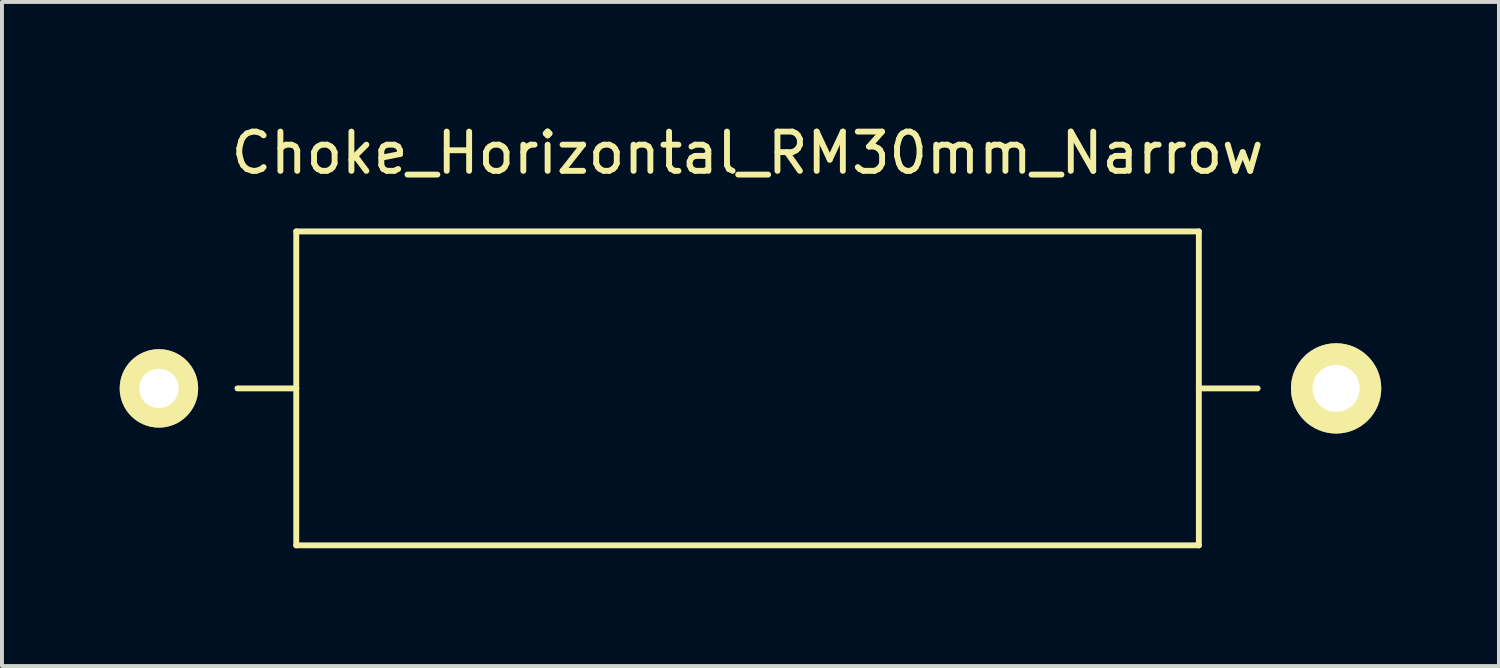
<source format=kicad_pcb>
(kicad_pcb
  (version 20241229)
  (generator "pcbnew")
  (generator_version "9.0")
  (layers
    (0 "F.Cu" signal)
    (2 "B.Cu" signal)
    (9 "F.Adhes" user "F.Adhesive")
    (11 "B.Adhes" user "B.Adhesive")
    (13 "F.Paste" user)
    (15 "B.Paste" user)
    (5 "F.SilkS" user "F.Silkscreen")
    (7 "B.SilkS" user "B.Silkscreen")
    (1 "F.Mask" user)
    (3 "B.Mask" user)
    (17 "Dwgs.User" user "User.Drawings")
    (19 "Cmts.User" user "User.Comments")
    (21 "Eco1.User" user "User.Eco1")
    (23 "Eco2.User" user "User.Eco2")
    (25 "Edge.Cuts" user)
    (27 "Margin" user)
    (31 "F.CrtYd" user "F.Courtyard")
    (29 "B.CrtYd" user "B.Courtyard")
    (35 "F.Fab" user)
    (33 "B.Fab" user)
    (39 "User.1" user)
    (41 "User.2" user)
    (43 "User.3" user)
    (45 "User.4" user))
  (footprint "Choke_Horizontal_RM30mm_Narrow"
    (layer "F.Cu")
    (at 16.001 6.848)
    (property "Reference" "Choke_Horizontal_RM30mm_Narrow" (at 0 -5.999 0) (layer "F.SilkS") (effects (font (size 1 1) (thickness 0.15))))
    (attr through_hole)
    (fp_line (start -11.501 -4) (end 11.501 -4) (stroke (width 0.15) (type solid)) (layer "F.SilkS"))
    (fp_line (start -11.501 0) (end -13 0) (stroke (width 0.15) (type solid)) (layer "F.SilkS"))
    (fp_line (start -11.501 0) (end -11.501 -4) (stroke (width 0.15) (type solid)) (layer "F.SilkS"))
    (fp_line (start -11.501 0) (end -11.501 4) (stroke (width 0.15) (type solid)) (layer "F.SilkS"))
    (fp_line (start 11.501 -4) (end 11.501 4) (stroke (width 0.15) (type solid)) (layer "F.SilkS"))
    (fp_line (start 11.501 0) (end 13 0) (stroke (width 0.15) (type solid)) (layer "F.SilkS"))
    (fp_line (start 11.501 4) (end -11.501 4) (stroke (width 0.15) (type solid)) (layer "F.SilkS"))
    (pad "1" thru_hole circle (at -15.001 0) (size 1.999 1.999) (drill 1.001) (layers "*.Cu" "*.Mask" "F.SilkS"))
    (pad "2" thru_hole circle (at 14.999 0) (size 2.301 2.301) (drill 1.199) (layers "*.Cu" "*.Mask" "F.SilkS")))
  (gr_rect
    (start -3 -3)
    (end 35.15 13.923)
    (stroke (width 0.1) (type default))
    (fill no)
    (layer "Edge.Cuts")))
</source>
